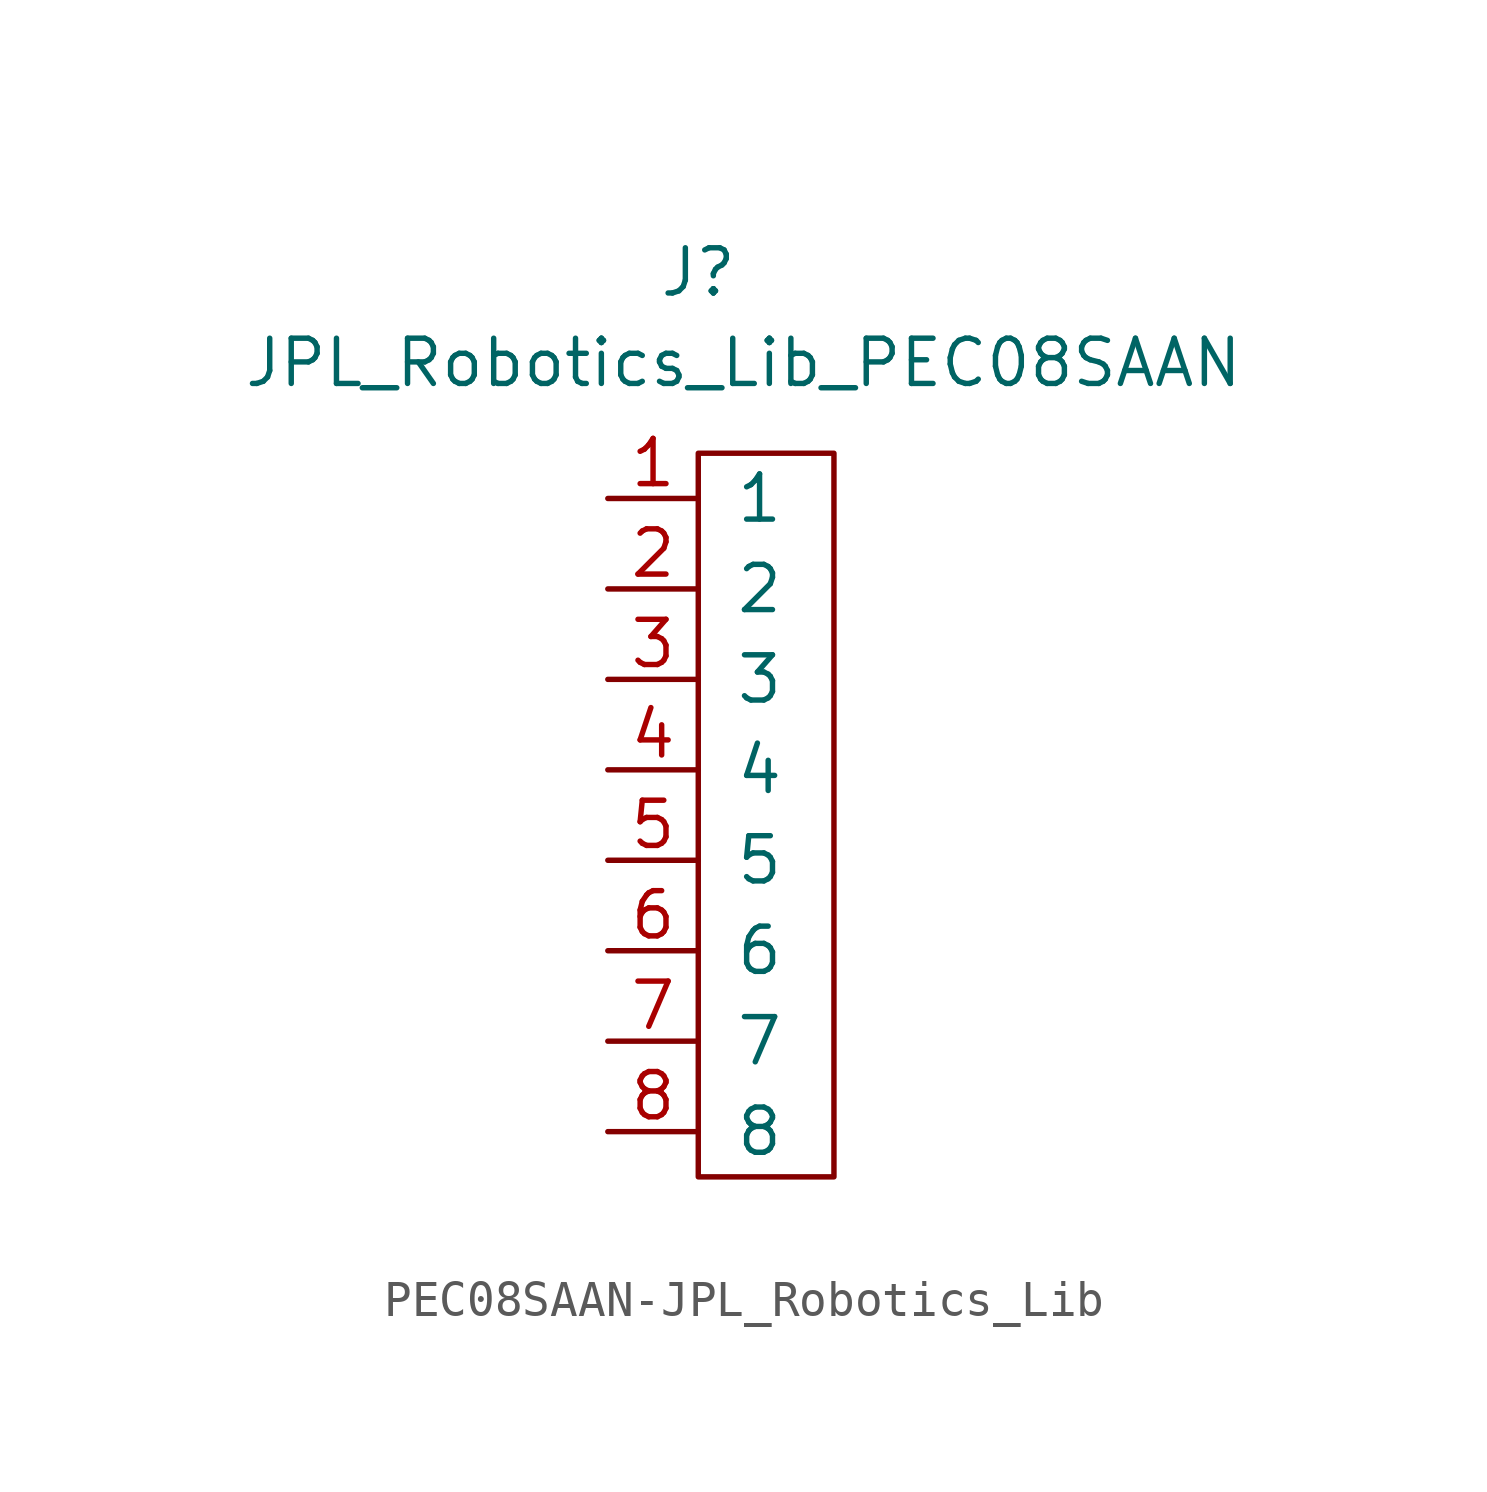
<source format=kicad_sym>
(kicad_symbol_lib
  (version 20231120)
  (generator "kicad_symbol_editor")
  (generator_version "8.0")
  (symbol "PEC08SAAN-JPL_Robotics_Lib"
    (pin_names
      (offset 1.016))
    (property "Reference" "J"
      (at -6.35 2.54 0)
      (effects (font (size 1.27 1.27))))
    (property "Value" "JPL_Robotics_Lib_PEC08SAAN"
      (at -5.08 0 0)
      (effects (font (size 1.27 1.27))))
    (symbol "PEC08SAAN-JPL_Robotics_Lib_0_1"
      (rectangle (start -6.35 -2.54) (end -2.54 -22.86) (stroke (width 0) (type solid)) (fill (type none))))
    (symbol "PEC08SAAN-JPL_Robotics_Lib_1_1"
      (pin passive line (at -8.89 -3.81 0) (length 2.54) (name "1" (effects (font (size 1.27 1.27)))) (number "1" (effects (font (size 1.27 1.27)))))
      (pin passive line (at -8.89 -6.35 0) (length 2.54) (name "2" (effects (font (size 1.27 1.27)))) (number "2" (effects (font (size 1.27 1.27)))))
      (pin passive line (at -8.89 -8.89 0) (length 2.54) (name "3" (effects (font (size 1.27 1.27)))) (number "3" (effects (font (size 1.27 1.27)))))
      (pin passive line (at -8.89 -11.43 0) (length 2.54) (name "4" (effects (font (size 1.27 1.27)))) (number "4" (effects (font (size 1.27 1.27)))))
      (pin passive line (at -8.89 -13.97 0) (length 2.54) (name "5" (effects (font (size 1.27 1.27)))) (number "5" (effects (font (size 1.27 1.27)))))
      (pin passive line (at -8.89 -16.51 0) (length 2.54) (name "6" (effects (font (size 1.27 1.27)))) (number "6" (effects (font (size 1.27 1.27)))))
      (pin passive line (at -8.89 -19.05 0) (length 2.54) (name "7" (effects (font (size 1.27 1.27)))) (number "7" (effects (font (size 1.27 1.27)))))
      (pin passive line (at -8.89 -21.59 0) (length 2.54) (name "8" (effects (font (size 1.27 1.27)))) (number "8" (effects (font (size 1.27 1.27))))))))
</source>
